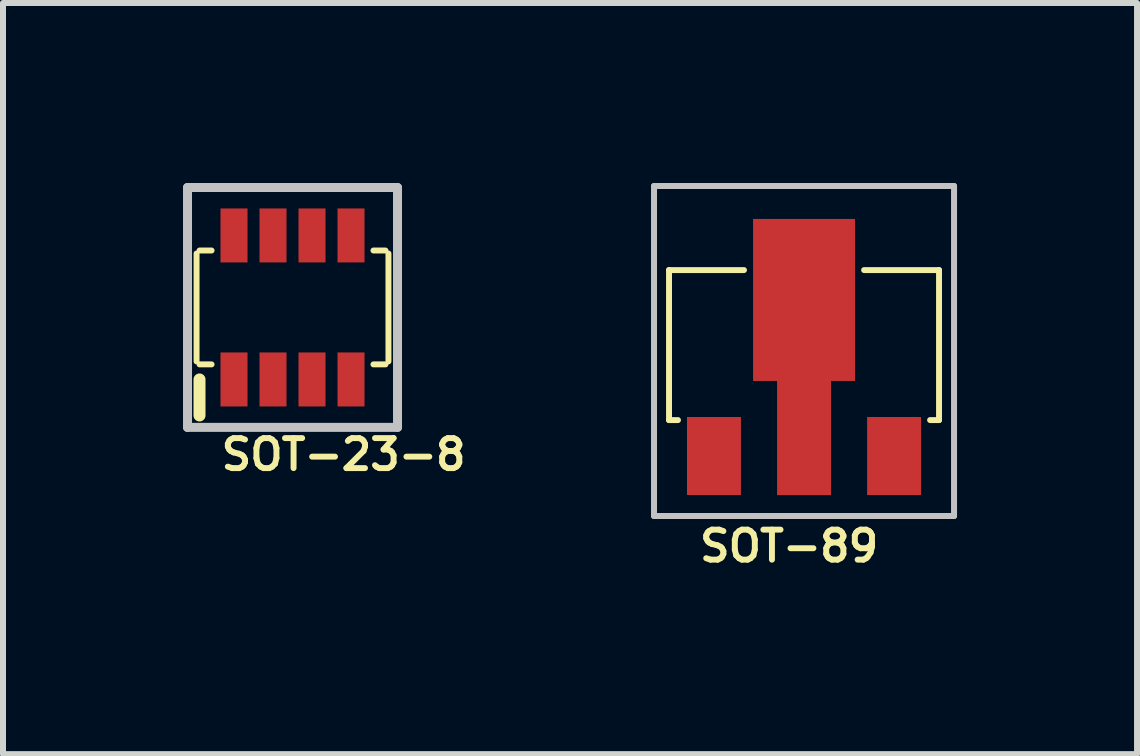
<source format=kicad_pcb>
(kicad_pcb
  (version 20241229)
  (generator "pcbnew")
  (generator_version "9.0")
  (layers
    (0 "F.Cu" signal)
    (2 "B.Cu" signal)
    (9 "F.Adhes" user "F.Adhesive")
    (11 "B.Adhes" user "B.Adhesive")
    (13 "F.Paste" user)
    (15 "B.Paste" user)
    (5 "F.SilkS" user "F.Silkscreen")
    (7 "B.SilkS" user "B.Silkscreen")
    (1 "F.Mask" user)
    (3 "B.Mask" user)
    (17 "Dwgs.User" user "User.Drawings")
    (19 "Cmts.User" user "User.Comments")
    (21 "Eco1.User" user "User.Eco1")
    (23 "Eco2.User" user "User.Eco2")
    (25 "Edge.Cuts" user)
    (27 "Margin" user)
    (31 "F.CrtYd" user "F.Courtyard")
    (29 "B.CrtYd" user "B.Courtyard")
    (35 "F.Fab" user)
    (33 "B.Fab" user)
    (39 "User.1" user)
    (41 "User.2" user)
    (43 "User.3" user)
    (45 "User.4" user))
  (footprint "SOT-89"
    (layer "F.Cu")
    (at 10.35 4.55)
    (property "Reference" "SOT-89" (at -0.249 1.501 0) (layer "F.SilkS") (effects (font (size 0.5 0.5) (thickness 0.099))))
    (attr through_hole)
    (fp_line (start -2.25 -3.099) (end -2.25 -0.599) (stroke (width 0.099) (type solid)) (layer "F.SilkS"))
    (fp_line (start -2.101 -0.599) (end -2.25 -0.599) (stroke (width 0.099) (type solid)) (layer "F.SilkS"))
    (fp_line (start -1.001 -3.099) (end -2.25 -3.099) (stroke (width 0.099) (type solid)) (layer "F.SilkS"))
    (fp_line (start 1.001 -3.099) (end 2.25 -3.099) (stroke (width 0.099) (type solid)) (layer "F.SilkS"))
    (fp_line (start 2.25 -3.099) (end 2.25 -0.599) (stroke (width 0.099) (type solid)) (layer "F.SilkS"))
    (fp_line (start 2.25 -0.599) (end 2.101 -0.599) (stroke (width 0.099) (type solid)) (layer "F.SilkS"))
    (fp_line (start -2.5 -4.5) (end -2.5 1) (stroke (width 0.1) (type solid)) (layer "Dwgs.User"))
    (fp_line (start -2.5 1) (end 2.5 1) (stroke (width 0.1) (type solid)) (layer "Dwgs.User"))
    (fp_line (start 2.5 -4.5) (end -2.5 -4.5) (stroke (width 0.1) (type solid)) (layer "Dwgs.User"))
    (fp_line (start 2.5 1) (end 2.5 -4.5) (stroke (width 0.1) (type solid)) (layer "Dwgs.User"))
    (pad "1" smd rect (at -1.501 0) (size 0.899 1.3) (layers "F.Cu" "F.Mask" "F.Paste"))
    (pad "2" smd rect (at 0 -2.601) (size 1.699 2.7) (layers "F.Cu" "F.Mask" "F.Paste"))
    (pad "2" smd rect (at 0 -0.399) (size 0.899 2.101) (layers "F.Cu" "F.Mask" "F.Paste"))
    (pad "3" smd rect (at 1.501 0) (size 0.899 1.3) (layers "F.Cu" "F.Mask" "F.Paste")))
  (footprint "SOT-23-8"
    (layer "F.Cu")
    (at 1.825 2.074)
    (property "Reference" "SOT-23-8" (at 0.851 2.451 0) (layer "F.SilkS") (effects (font (size 0.5 0.5) (thickness 0.099))))
    (attr smd)
    (fp_line (start -1.599 0.899) (end -1.599 -0.899) (stroke (width 0.099) (type solid)) (layer "F.SilkS"))
    (fp_line (start -1.55 1.8) (end -1.55 1.2) (stroke (width 0.2) (type solid)) (layer "F.SilkS"))
    (fp_line (start -1.549 -0.949) (end -1.349 -0.949) (stroke (width 0.099) (type solid)) (layer "F.SilkS"))
    (fp_line (start -1.349 0.949) (end -1.549 0.949) (stroke (width 0.099) (type solid)) (layer "F.SilkS"))
    (fp_line (start 1.549 -0.949) (end 1.349 -0.949) (stroke (width 0.099) (type solid)) (layer "F.SilkS"))
    (fp_line (start 1.549 0.949) (end 1.349 0.949) (stroke (width 0.099) (type solid)) (layer "F.SilkS"))
    (fp_line (start 1.599 -0.899) (end 1.599 0.899) (stroke (width 0.099) (type solid)) (layer "F.SilkS"))
    (fp_line (start -1.75 -1.999) (end -1.75 1.999) (stroke (width 0.15) (type solid)) (layer "Dwgs.User"))
    (fp_line (start -1.75 1.999) (end 1.75 1.999) (stroke (width 0.15) (type solid)) (layer "Dwgs.User"))
    (fp_line (start 1.75 -1.999) (end -1.75 -1.999) (stroke (width 0.15) (type solid)) (layer "Dwgs.User"))
    (fp_line (start 1.75 1.999) (end 1.75 -1.999) (stroke (width 0.15) (type solid)) (layer "Dwgs.User"))
    (pad "1" smd rect (at -0.975 1.2) (size 0.45 0.9) (layers "F.Cu" "F.Mask" "F.Paste"))
    (pad "2" smd rect (at -0.325 1.2) (size 0.45 0.9) (layers "F.Cu" "F.Mask" "F.Paste"))
    (pad "3" smd rect (at 0.325 1.2) (size 0.45 0.9) (layers "F.Cu" "F.Mask" "F.Paste"))
    (pad "4" smd rect (at 0.975 1.2) (size 0.45 0.9) (layers "F.Cu" "F.Mask" "F.Paste"))
    (pad "5" smd rect (at 0.975 -1.2) (size 0.45 0.9) (layers "F.Cu" "F.Mask" "F.Paste"))
    (pad "6" smd rect (at 0.325 -1.2) (size 0.45 0.9) (layers "F.Cu" "F.Mask" "F.Paste"))
    (pad "7" smd rect (at -0.325 -1.2) (size 0.45 0.9) (layers "F.Cu" "F.Mask" "F.Paste"))
    (pad "8" smd rect (at -0.975 -1.2) (size 0.45 0.9) (layers "F.Cu" "F.Mask" "F.Paste")))
  (gr_rect
    (start -3 -3)
    (end 15.9 9.518)
    (stroke (width 0.1) (type default))
    (fill no)
    (layer "Edge.Cuts")))
</source>
